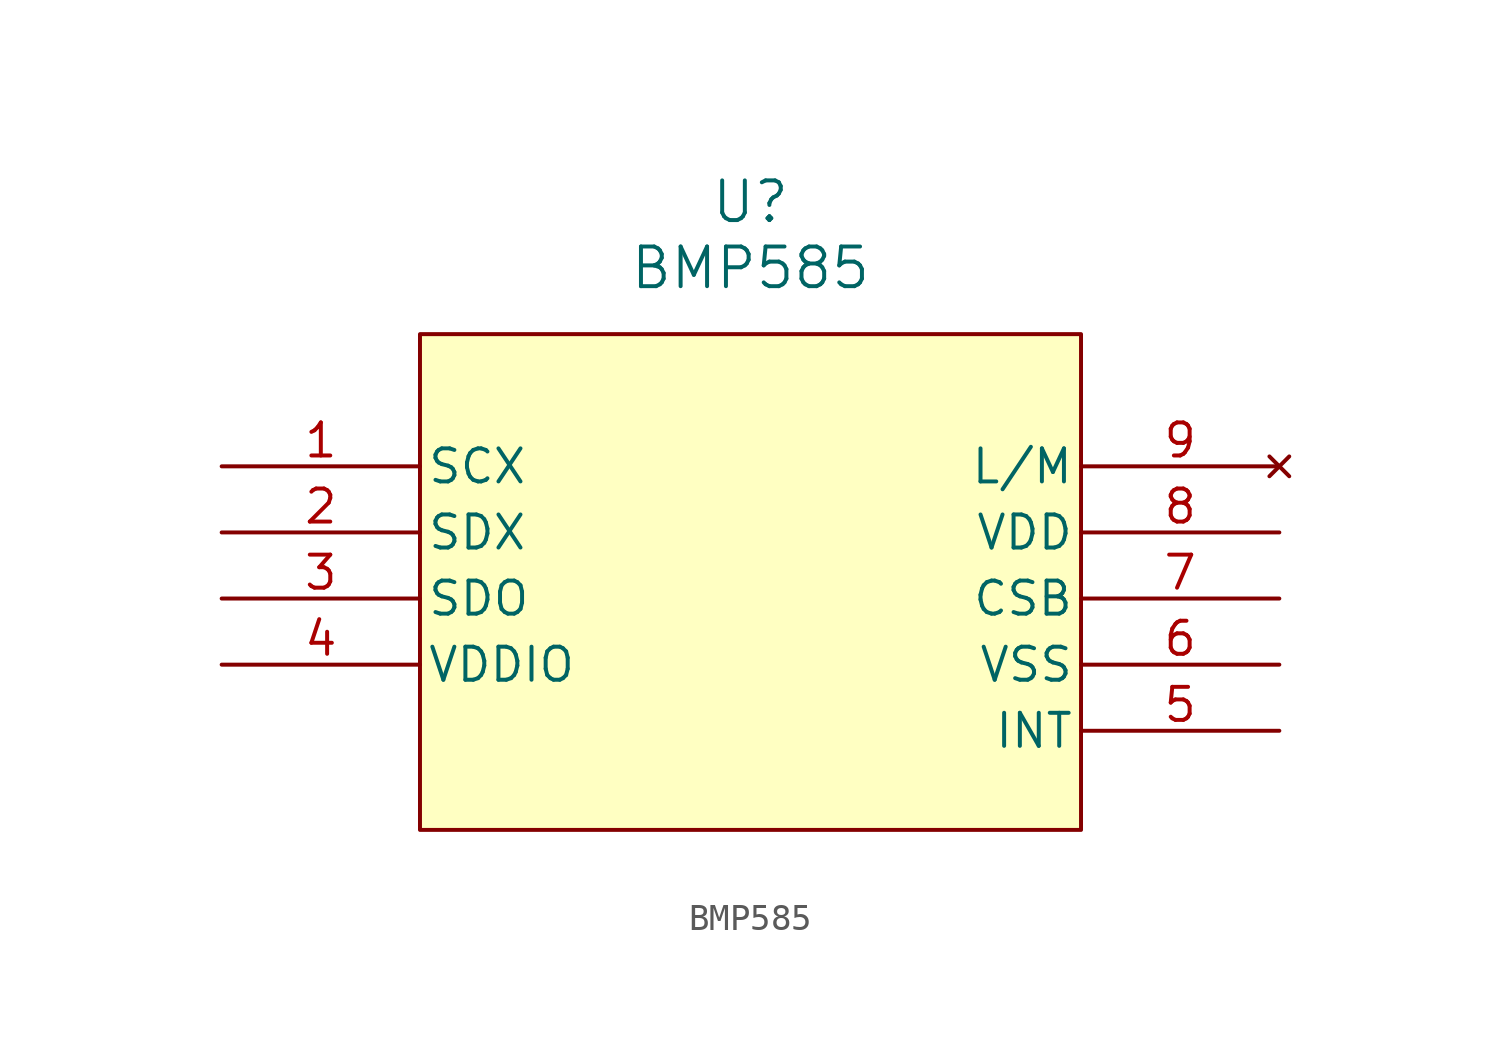
<source format=kicad_sym>
(kicad_symbol_lib
  (version 20241209)
  (generator "kicad_symbol_editor")
  (generator_version "9.0")
  (symbol "BMP585"
    (pin_names
      (offset 0.254))
    (property "Reference" "U"
      (at 20.32 10.16 0)
      (effects (font (size 1.524 1.524))))
    (property "Value" "BMP585"
      (at 20.32 7.62 0)
      (effects (font (size 1.524 1.524))))
    (property "ki_locked" ""
      (at 0 0 0)
      (effects (font (size 1.27 1.27))))
    (symbol "BMP585_0_1"
      (pin input line (at 0 0 0) (length 7.62) (name "SCX" (effects (font (size 1.27 1.27)))) (number "1" (effects (font (size 1.27 1.27)))))
      (pin bidirectional line (at 0 -2.54 0) (length 7.62) (name "SDX" (effects (font (size 1.27 1.27)))) (number "2" (effects (font (size 1.27 1.27)))))
      (pin bidirectional line (at 0 -5.08 0) (length 7.62) (name "SDO" (effects (font (size 1.27 1.27)))) (number "3" (effects (font (size 1.27 1.27)))))
      (pin power_in line (at 0 -7.62 0) (length 7.62) (name "VDDIO" (effects (font (size 1.27 1.27)))) (number "4" (effects (font (size 1.27 1.27)))))
      (pin no_connect line (at 40.64 0 180) (length 7.62) (name "L/M" (effects (font (size 1.27 1.27)))) (number "9" (effects (font (size 1.27 1.27)))))
      (pin power_in line (at 40.64 -2.54 180) (length 7.62) (name "VDD" (effects (font (size 1.27 1.27)))) (number "8" (effects (font (size 1.27 1.27)))))
      (pin input line (at 40.64 -5.08 180) (length 7.62) (name "CSB" (effects (font (size 1.27 1.27)))) (number "7" (effects (font (size 1.27 1.27)))))
      (pin power_out line (at 40.64 -7.62 180) (length 7.62) (name "VSS" (effects (font (size 1.27 1.27)))) (number "6" (effects (font (size 1.27 1.27)))))
      (pin output line (at 40.64 -10.16 180) (length 7.62) (name "INT" (effects (font (size 1.27 1.27)))) (number "5" (effects (font (size 1.27 1.27))))))
    (symbol "BMP585_1_1"
      (rectangle (start 7.62 5.08) (end 33.02 -13.97) (stroke (width 0) (type default)) (fill (type background))))))
</source>
